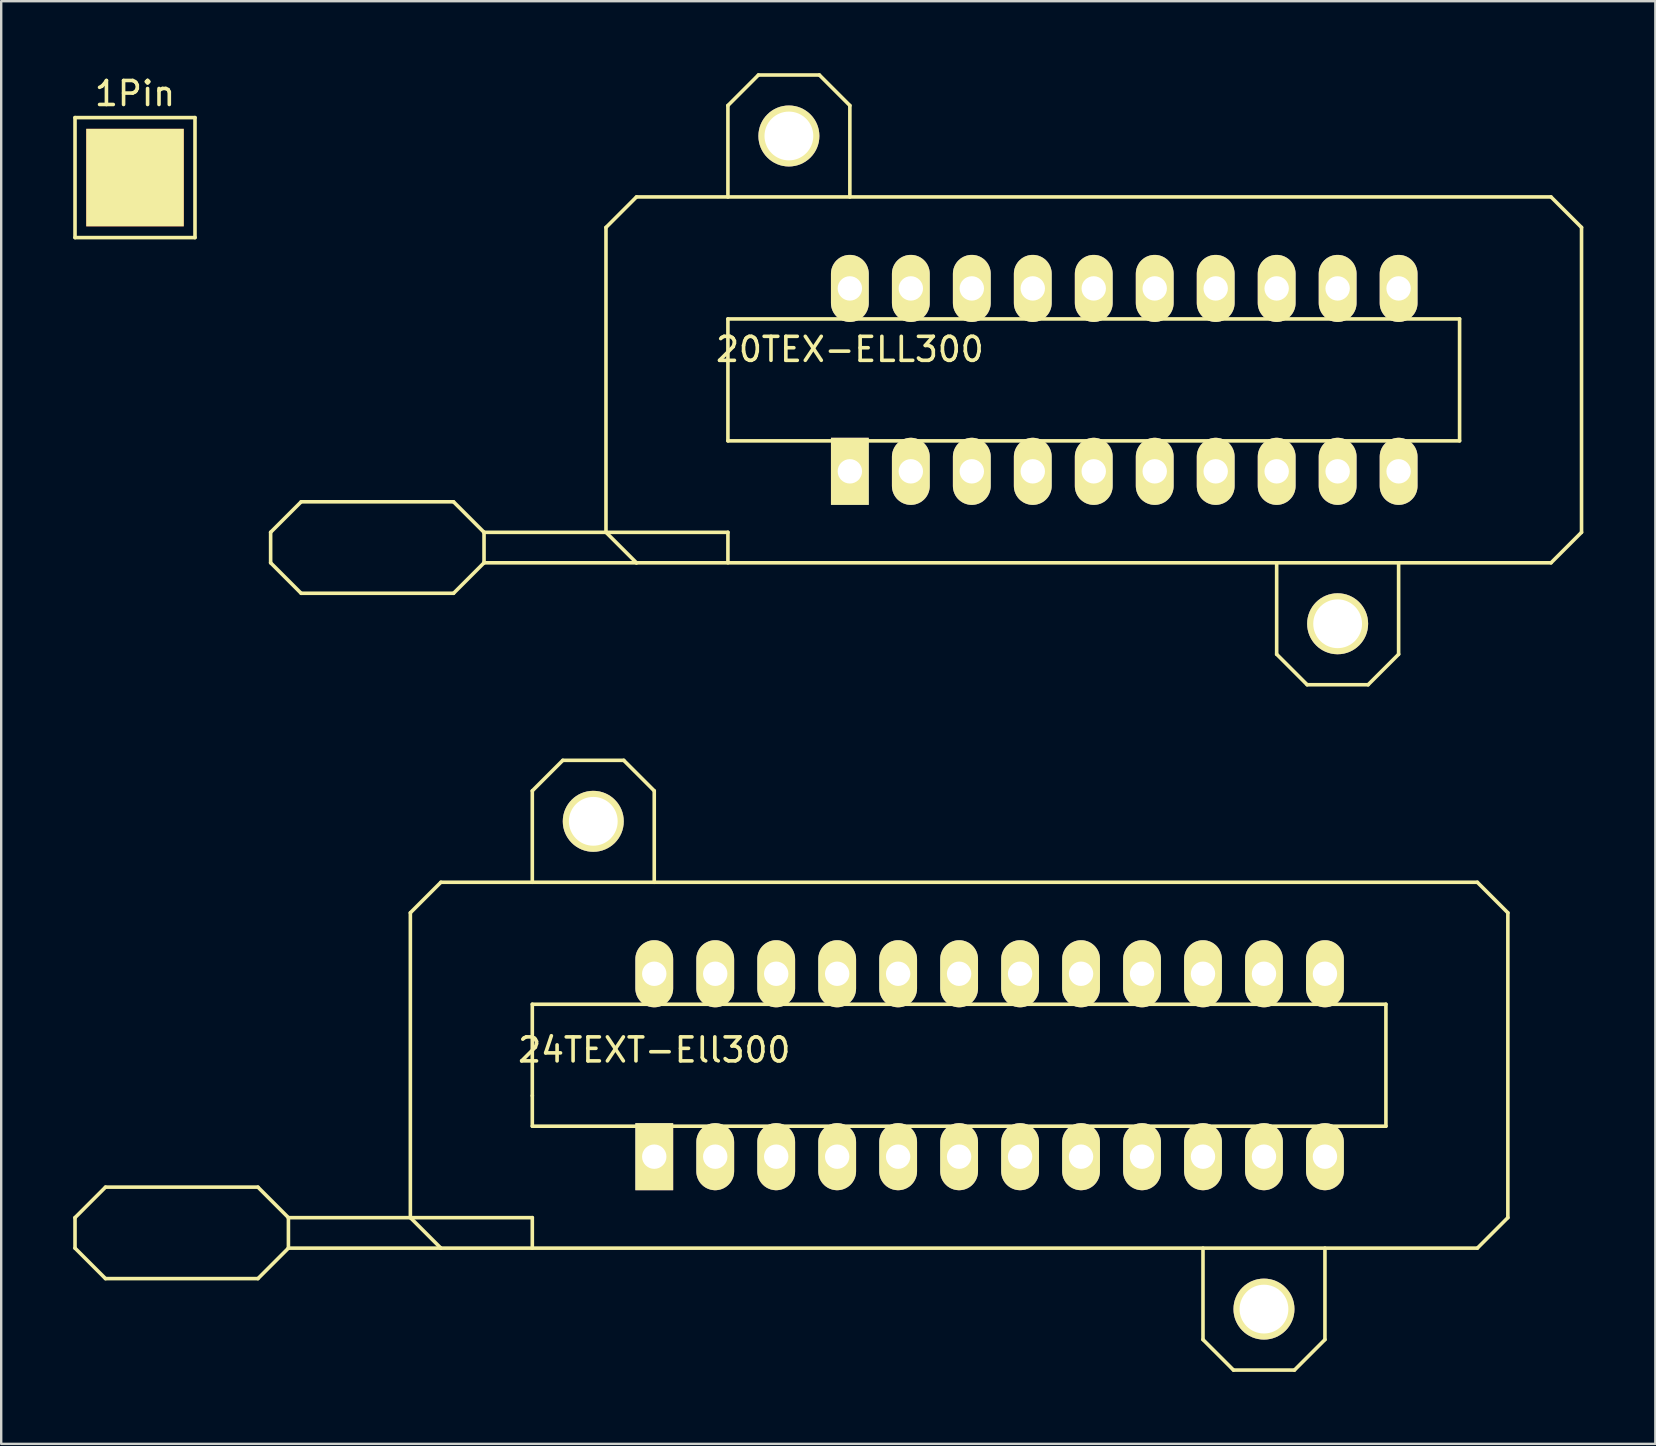
<source format=kicad_pcb>
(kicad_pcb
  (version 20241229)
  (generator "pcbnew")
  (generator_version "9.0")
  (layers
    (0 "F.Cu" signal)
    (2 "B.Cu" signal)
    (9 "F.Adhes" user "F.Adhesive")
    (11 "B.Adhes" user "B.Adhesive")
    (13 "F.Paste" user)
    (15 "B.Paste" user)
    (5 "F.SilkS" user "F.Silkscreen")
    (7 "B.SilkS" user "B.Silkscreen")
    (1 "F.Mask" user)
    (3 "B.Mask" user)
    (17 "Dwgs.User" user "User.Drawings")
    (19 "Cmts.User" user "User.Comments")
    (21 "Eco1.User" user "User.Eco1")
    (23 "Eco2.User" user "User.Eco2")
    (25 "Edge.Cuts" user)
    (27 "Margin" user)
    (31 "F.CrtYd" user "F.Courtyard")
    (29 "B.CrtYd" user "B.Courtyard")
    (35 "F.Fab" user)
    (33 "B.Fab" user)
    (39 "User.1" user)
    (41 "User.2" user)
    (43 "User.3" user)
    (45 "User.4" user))
  (footprint "20TEX-ELL300"
    (layer "F.Cu")
    (at 43.784 12.775)
    (property "Reference" "20TEX-ELL300" (at -11.43 -1.27 180) (layer "F.SilkS") (effects (font (size 1 1) (thickness 0.15))))
    (attr through_hole)
    (fp_line (start -35.56 6.35) (end -35.56 7.62) (stroke (width 0.15) (type solid)) (layer "F.SilkS"))
    (fp_line (start -35.56 7.62) (end -34.29 8.89) (stroke (width 0.15) (type solid)) (layer "F.SilkS"))
    (fp_line (start -34.29 5.08) (end -35.56 6.35) (stroke (width 0.15) (type solid)) (layer "F.SilkS"))
    (fp_line (start -34.29 8.89) (end -27.94 8.89) (stroke (width 0.15) (type solid)) (layer "F.SilkS"))
    (fp_line (start -27.94 5.08) (end -34.29 5.08) (stroke (width 0.15) (type solid)) (layer "F.SilkS"))
    (fp_line (start -27.94 8.89) (end -26.67 7.62) (stroke (width 0.15) (type solid)) (layer "F.SilkS"))
    (fp_line (start -26.67 6.35) (end -27.94 5.08) (stroke (width 0.15) (type solid)) (layer "F.SilkS"))
    (fp_line (start -26.67 6.35) (end -16.51 6.35) (stroke (width 0.15) (type solid)) (layer "F.SilkS"))
    (fp_line (start -26.67 7.62) (end -26.67 6.35) (stroke (width 0.15) (type solid)) (layer "F.SilkS"))
    (fp_line (start -26.67 7.62) (end -20.32 7.62) (stroke (width 0.15) (type solid)) (layer "F.SilkS"))
    (fp_line (start -21.59 -6.35) (end -20.32 -7.62) (stroke (width 0.15) (type solid)) (layer "F.SilkS"))
    (fp_line (start -21.59 6.35) (end -21.59 -6.35) (stroke (width 0.15) (type solid)) (layer "F.SilkS"))
    (fp_line (start -20.32 -7.62) (end 17.78 -7.62) (stroke (width 0.15) (type solid)) (layer "F.SilkS"))
    (fp_line (start -20.32 7.62) (end -21.59 6.35) (stroke (width 0.15) (type solid)) (layer "F.SilkS"))
    (fp_line (start -16.51 -11.43) (end -16.51 -7.62) (stroke (width 0.15) (type solid)) (layer "F.SilkS"))
    (fp_line (start -16.51 -2.54) (end -16.51 2.54) (stroke (width 0.15) (type solid)) (layer "F.SilkS"))
    (fp_line (start -16.51 2.54) (end 13.97 2.54) (stroke (width 0.15) (type solid)) (layer "F.SilkS"))
    (fp_line (start -16.51 6.35) (end -16.51 7.62) (stroke (width 0.15) (type solid)) (layer "F.SilkS"))
    (fp_line (start -15.24 -12.7) (end -16.51 -11.43) (stroke (width 0.15) (type solid)) (layer "F.SilkS"))
    (fp_line (start -12.7 -12.7) (end -15.24 -12.7) (stroke (width 0.15) (type solid)) (layer "F.SilkS"))
    (fp_line (start -11.43 -11.43) (end -12.7 -12.7) (stroke (width 0.15) (type solid)) (layer "F.SilkS"))
    (fp_line (start -11.43 -7.62) (end -11.43 -11.43) (stroke (width 0.15) (type solid)) (layer "F.SilkS"))
    (fp_line (start 6.35 11.43) (end 6.35 7.62) (stroke (width 0.15) (type solid)) (layer "F.SilkS"))
    (fp_line (start 7.62 12.7) (end 6.35 11.43) (stroke (width 0.15) (type solid)) (layer "F.SilkS"))
    (fp_line (start 10.16 12.7) (end 7.62 12.7) (stroke (width 0.15) (type solid)) (layer "F.SilkS"))
    (fp_line (start 11.43 11.43) (end 10.16 12.7) (stroke (width 0.15) (type solid)) (layer "F.SilkS"))
    (fp_line (start 11.43 11.43) (end 11.43 7.62) (stroke (width 0.15) (type solid)) (layer "F.SilkS"))
    (fp_line (start 13.97 -2.54) (end -16.51 -2.54) (stroke (width 0.15) (type solid)) (layer "F.SilkS"))
    (fp_line (start 13.97 2.54) (end 13.97 -2.54) (stroke (width 0.15) (type solid)) (layer "F.SilkS"))
    (fp_line (start 17.78 -7.62) (end 19.05 -6.35) (stroke (width 0.15) (type solid)) (layer "F.SilkS"))
    (fp_line (start 17.78 7.62) (end -20.32 7.62) (stroke (width 0.15) (type solid)) (layer "F.SilkS"))
    (fp_line (start 19.05 -6.35) (end 19.05 6.35) (stroke (width 0.15) (type solid)) (layer "F.SilkS"))
    (fp_line (start 19.05 6.35) (end 17.78 7.62) (stroke (width 0.15) (type solid)) (layer "F.SilkS"))
    (pad "1" thru_hole rect (at -11.43 3.81) (size 1.575 2.794) (drill 1.016) (layers "*.Cu" "*.Mask" "F.SilkS"))
    (pad "2" thru_hole oval (at -8.89 3.81) (size 1.575 2.794) (drill 1.016) (layers "*.Cu" "*.Mask" "F.SilkS"))
    (pad "3" thru_hole oval (at -6.35 3.81) (size 1.575 2.794) (drill 1.016) (layers "*.Cu" "*.Mask" "F.SilkS"))
    (pad "4" thru_hole oval (at -3.81 3.81) (size 1.575 2.794) (drill 1.016) (layers "*.Cu" "*.Mask" "F.SilkS"))
    (pad "5" thru_hole oval (at -1.27 3.81) (size 1.575 2.794) (drill 1.016) (layers "*.Cu" "*.Mask" "F.SilkS"))
    (pad "6" thru_hole oval (at 1.27 3.81) (size 1.575 2.794) (drill 1.016) (layers "*.Cu" "*.Mask" "F.SilkS"))
    (pad "7" thru_hole oval (at 3.81 3.81) (size 1.575 2.794) (drill 1.016) (layers "*.Cu" "*.Mask" "F.SilkS"))
    (pad "8" thru_hole oval (at 6.35 3.81) (size 1.575 2.794) (drill 1.016) (layers "*.Cu" "*.Mask" "F.SilkS"))
    (pad "9" thru_hole oval (at 8.89 3.81) (size 1.575 2.794) (drill 1.016) (layers "*.Cu" "*.Mask" "F.SilkS"))
    (pad "10" thru_hole oval (at 11.43 3.81) (size 1.575 2.794) (drill 1.016) (layers "*.Cu" "*.Mask" "F.SilkS"))
    (pad "11" thru_hole oval (at 11.43 -3.81) (size 1.575 2.794) (drill 1.016) (layers "*.Cu" "*.Mask" "F.SilkS"))
    (pad "12" thru_hole oval (at 8.89 -3.81) (size 1.575 2.794) (drill 1.016) (layers "*.Cu" "*.Mask" "F.SilkS"))
    (pad "13" thru_hole oval (at 6.35 -3.81) (size 1.575 2.794) (drill 1.016) (layers "*.Cu" "*.Mask" "F.SilkS"))
    (pad "14" thru_hole oval (at 3.81 -3.81) (size 1.575 2.794) (drill 1.016) (layers "*.Cu" "*.Mask" "F.SilkS"))
    (pad "15" thru_hole oval (at 1.27 -3.81) (size 1.575 2.794) (drill 1.016) (layers "*.Cu" "*.Mask" "F.SilkS"))
    (pad "16" thru_hole oval (at -1.27 -3.81) (size 1.575 2.794) (drill 1.016) (layers "*.Cu" "*.Mask" "F.SilkS"))
    (pad "17" thru_hole oval (at -3.81 -3.81) (size 1.575 2.794) (drill 1.016) (layers "*.Cu" "*.Mask" "F.SilkS"))
    (pad "18" thru_hole oval (at -6.35 -3.81) (size 1.575 2.794) (drill 1.016) (layers "*.Cu" "*.Mask" "F.SilkS"))
    (pad "19" thru_hole oval (at -8.89 -3.81) (size 1.575 2.794) (drill 1.016) (layers "*.Cu" "*.Mask" "F.SilkS"))
    (pad "20" thru_hole oval (at -11.43 -3.81) (size 1.575 2.794) (drill 1.016) (layers "*.Cu" "*.Mask" "F.SilkS"))
    (pad "HOLE" thru_hole circle (at -13.97 -10.16) (size 2.54 2.54) (drill 2.032) (layers "*.Cu" "*.Mask" "F.SilkS"))
    (pad "HOLE" thru_hole circle (at 8.89 10.16) (size 2.54 2.54) (drill 2.032) (layers "*.Cu" "*.Mask" "F.SilkS")))
  (footprint "1Pin"
    (layer "F.Cu")
    (at 2.574 4.348)
    (property "Reference" "1Pin" (at 0 -3.5 0) (layer "F.SilkS") (effects (font (size 1 1) (thickness 0.15))))
    (attr through_hole)
    (fp_line (start -2.499 -2.499) (end 2.499 -2.499) (stroke (width 0.15) (type solid)) (layer "F.SilkS"))
    (fp_line (start -2.499 2.499) (end -2.499 -2.499) (stroke (width 0.15) (type solid)) (layer "F.SilkS"))
    (fp_line (start 2.499 -2.499) (end 2.499 2.499) (stroke (width 0.15) (type solid)) (layer "F.SilkS"))
    (fp_line (start 2.499 2.499) (end -2.499 2.499) (stroke (width 0.15) (type solid)) (layer "F.SilkS"))
    (pad "1" smd rect (at 0 0) (size 4.064 4.064) (layers "F.Cu" "F.Mask" "F.SilkS" "F.Paste")))
  (footprint "24TEXT-Ell300"
    (layer "F.Cu")
    (at 38.175 41.325)
    (property "Reference" "24TEXT-Ell300" (at -13.97 -0.635 0) (layer "F.SilkS") (effects (font (size 1 1) (thickness 0.15))))
    (attr through_hole)
    (fp_line (start -38.1 6.35) (end -38.1 7.62) (stroke (width 0.15) (type solid)) (layer "F.SilkS"))
    (fp_line (start -38.1 7.62) (end -36.83 8.89) (stroke (width 0.15) (type solid)) (layer "F.SilkS"))
    (fp_line (start -36.83 5.08) (end -38.1 6.35) (stroke (width 0.15) (type solid)) (layer "F.SilkS"))
    (fp_line (start -36.83 8.89) (end -30.48 8.89) (stroke (width 0.15) (type solid)) (layer "F.SilkS"))
    (fp_line (start -30.48 5.08) (end -36.83 5.08) (stroke (width 0.15) (type solid)) (layer "F.SilkS"))
    (fp_line (start -30.48 5.08) (end -29.21 6.35) (stroke (width 0.15) (type solid)) (layer "F.SilkS"))
    (fp_line (start -30.48 8.89) (end -29.21 7.62) (stroke (width 0.15) (type solid)) (layer "F.SilkS"))
    (fp_line (start -29.21 6.35) (end -29.21 7.62) (stroke (width 0.15) (type solid)) (layer "F.SilkS"))
    (fp_line (start -29.21 6.35) (end -19.05 6.35) (stroke (width 0.15) (type solid)) (layer "F.SilkS"))
    (fp_line (start -29.21 7.62) (end -22.86 7.62) (stroke (width 0.15) (type solid)) (layer "F.SilkS"))
    (fp_line (start -24.13 -6.35) (end -24.13 6.35) (stroke (width 0.15) (type solid)) (layer "F.SilkS"))
    (fp_line (start -24.13 6.35) (end -22.86 7.62) (stroke (width 0.15) (type solid)) (layer "F.SilkS"))
    (fp_line (start -22.86 -7.62) (end -24.13 -6.35) (stroke (width 0.15) (type solid)) (layer "F.SilkS"))
    (fp_line (start -22.86 7.62) (end 20.32 7.62) (stroke (width 0.15) (type solid)) (layer "F.SilkS"))
    (fp_line (start -19.05 -11.43) (end -19.05 -7.62) (stroke (width 0.15) (type solid)) (layer "F.SilkS"))
    (fp_line (start -19.05 -2.54) (end 16.51 -2.54) (stroke (width 0.15) (type solid)) (layer "F.SilkS"))
    (fp_line (start -19.05 1.27) (end -19.05 -2.54) (stroke (width 0.15) (type solid)) (layer "F.SilkS"))
    (fp_line (start -19.05 2.54) (end -19.05 1.27) (stroke (width 0.15) (type solid)) (layer "F.SilkS"))
    (fp_line (start -19.05 6.35) (end -19.05 7.62) (stroke (width 0.15) (type solid)) (layer "F.SilkS"))
    (fp_line (start -17.78 -12.7) (end -19.05 -11.43) (stroke (width 0.15) (type solid)) (layer "F.SilkS"))
    (fp_line (start -15.24 -12.7) (end -17.78 -12.7) (stroke (width 0.15) (type solid)) (layer "F.SilkS"))
    (fp_line (start -13.97 -11.43) (end -15.24 -12.7) (stroke (width 0.15) (type solid)) (layer "F.SilkS"))
    (fp_line (start -13.97 -7.62) (end -13.97 -11.43) (stroke (width 0.15) (type solid)) (layer "F.SilkS"))
    (fp_line (start 8.89 11.43) (end 8.89 7.62) (stroke (width 0.15) (type solid)) (layer "F.SilkS"))
    (fp_line (start 10.16 12.7) (end 8.89 11.43) (stroke (width 0.15) (type solid)) (layer "F.SilkS"))
    (fp_line (start 12.7 12.7) (end 10.16 12.7) (stroke (width 0.15) (type solid)) (layer "F.SilkS"))
    (fp_line (start 13.97 7.62) (end 13.97 11.43) (stroke (width 0.15) (type solid)) (layer "F.SilkS"))
    (fp_line (start 13.97 11.43) (end 12.7 12.7) (stroke (width 0.15) (type solid)) (layer "F.SilkS"))
    (fp_line (start 16.51 -2.54) (end 16.51 2.54) (stroke (width 0.15) (type solid)) (layer "F.SilkS"))
    (fp_line (start 16.51 2.54) (end -19.05 2.54) (stroke (width 0.15) (type solid)) (layer "F.SilkS"))
    (fp_line (start 20.32 -7.62) (end -22.86 -7.62) (stroke (width 0.15) (type solid)) (layer "F.SilkS"))
    (fp_line (start 20.32 7.62) (end 21.59 6.35) (stroke (width 0.15) (type solid)) (layer "F.SilkS"))
    (fp_line (start 21.59 -6.35) (end 20.32 -7.62) (stroke (width 0.15) (type solid)) (layer "F.SilkS"))
    (fp_line (start 21.59 6.35) (end 21.59 -6.35) (stroke (width 0.15) (type solid)) (layer "F.SilkS"))
    (pad "1" thru_hole rect (at -13.97 3.81) (size 1.575 2.794) (drill 1.016) (layers "*.Cu" "*.Mask" "F.SilkS"))
    (pad "2" thru_hole oval (at -11.43 3.81) (size 1.575 2.794) (drill 1.016) (layers "*.Cu" "*.Mask" "F.SilkS"))
    (pad "3" thru_hole oval (at -8.89 3.81) (size 1.575 2.794) (drill 1.016) (layers "*.Cu" "*.Mask" "F.SilkS"))
    (pad "4" thru_hole oval (at -6.35 3.81) (size 1.575 2.794) (drill 1.016) (layers "*.Cu" "*.Mask" "F.SilkS"))
    (pad "5" thru_hole oval (at -3.81 3.81) (size 1.575 2.794) (drill 1.016) (layers "*.Cu" "*.Mask" "F.SilkS"))
    (pad "6" thru_hole oval (at -1.27 3.81) (size 1.575 2.794) (drill 1.016) (layers "*.Cu" "*.Mask" "F.SilkS"))
    (pad "7" thru_hole oval (at 1.27 3.81) (size 1.575 2.794) (drill 1.016) (layers "*.Cu" "*.Mask" "F.SilkS"))
    (pad "8" thru_hole oval (at 3.81 3.81) (size 1.575 2.794) (drill 1.016) (layers "*.Cu" "*.Mask" "F.SilkS"))
    (pad "9" thru_hole oval (at 6.35 3.81) (size 1.575 2.794) (drill 1.016) (layers "*.Cu" "*.Mask" "F.SilkS"))
    (pad "10" thru_hole oval (at 8.89 3.81) (size 1.575 2.794) (drill 1.016) (layers "*.Cu" "*.Mask" "F.SilkS"))
    (pad "11" thru_hole oval (at 11.43 3.81) (size 1.575 2.794) (drill 1.016) (layers "*.Cu" "*.Mask" "F.SilkS"))
    (pad "12" thru_hole oval (at 13.97 3.81) (size 1.575 2.794) (drill 1.016) (layers "*.Cu" "*.Mask" "F.SilkS"))
    (pad "13" thru_hole oval (at 13.97 -3.81) (size 1.575 2.794) (drill 1.016) (layers "*.Cu" "*.Mask" "F.SilkS"))
    (pad "14" thru_hole oval (at 11.43 -3.81) (size 1.575 2.794) (drill 1.016) (layers "*.Cu" "*.Mask" "F.SilkS"))
    (pad "15" thru_hole oval (at 8.89 -3.81) (size 1.575 2.794) (drill 1.016) (layers "*.Cu" "*.Mask" "F.SilkS"))
    (pad "16" thru_hole oval (at 6.35 -3.81) (size 1.575 2.794) (drill 1.016) (layers "*.Cu" "*.Mask" "F.SilkS"))
    (pad "17" thru_hole oval (at 3.81 -3.81) (size 1.575 2.794) (drill 1.016) (layers "*.Cu" "*.Mask" "F.SilkS"))
    (pad "18" thru_hole oval (at 1.27 -3.81) (size 1.575 2.794) (drill 1.016) (layers "*.Cu" "*.Mask" "F.SilkS"))
    (pad "19" thru_hole oval (at -1.27 -3.81) (size 1.575 2.794) (drill 1.016) (layers "*.Cu" "*.Mask" "F.SilkS"))
    (pad "20" thru_hole oval (at -3.81 -3.81) (size 1.575 2.794) (drill 1.016) (layers "*.Cu" "*.Mask" "F.SilkS"))
    (pad "21" thru_hole oval (at -6.35 -3.81) (size 1.575 2.794) (drill 1.016) (layers "*.Cu" "*.Mask" "F.SilkS"))
    (pad "22" thru_hole oval (at -8.89 -3.81) (size 1.575 2.794) (drill 1.016) (layers "*.Cu" "*.Mask" "F.SilkS"))
    (pad "23" thru_hole oval (at -11.43 -3.81) (size 1.575 2.794) (drill 1.016) (layers "*.Cu" "*.Mask" "F.SilkS"))
    (pad "24" thru_hole oval (at -13.97 -3.81) (size 1.575 2.794) (drill 1.016) (layers "*.Cu" "*.Mask" "F.SilkS"))
    (pad "HOLE" thru_hole circle (at -16.51 -10.16) (size 2.54 2.54) (drill 2.032) (layers "*.Cu" "*.Mask" "F.SilkS"))
    (pad "HOLE" thru_hole circle (at 11.43 10.16) (size 2.54 2.54) (drill 2.032) (layers "*.Cu" "*.Mask" "F.SilkS")))
  (gr_rect
    (start -3 -3)
    (end 65.909 57.1)
    (stroke (width 0.1) (type default))
    (fill no)
    (layer "Edge.Cuts")))
</source>
